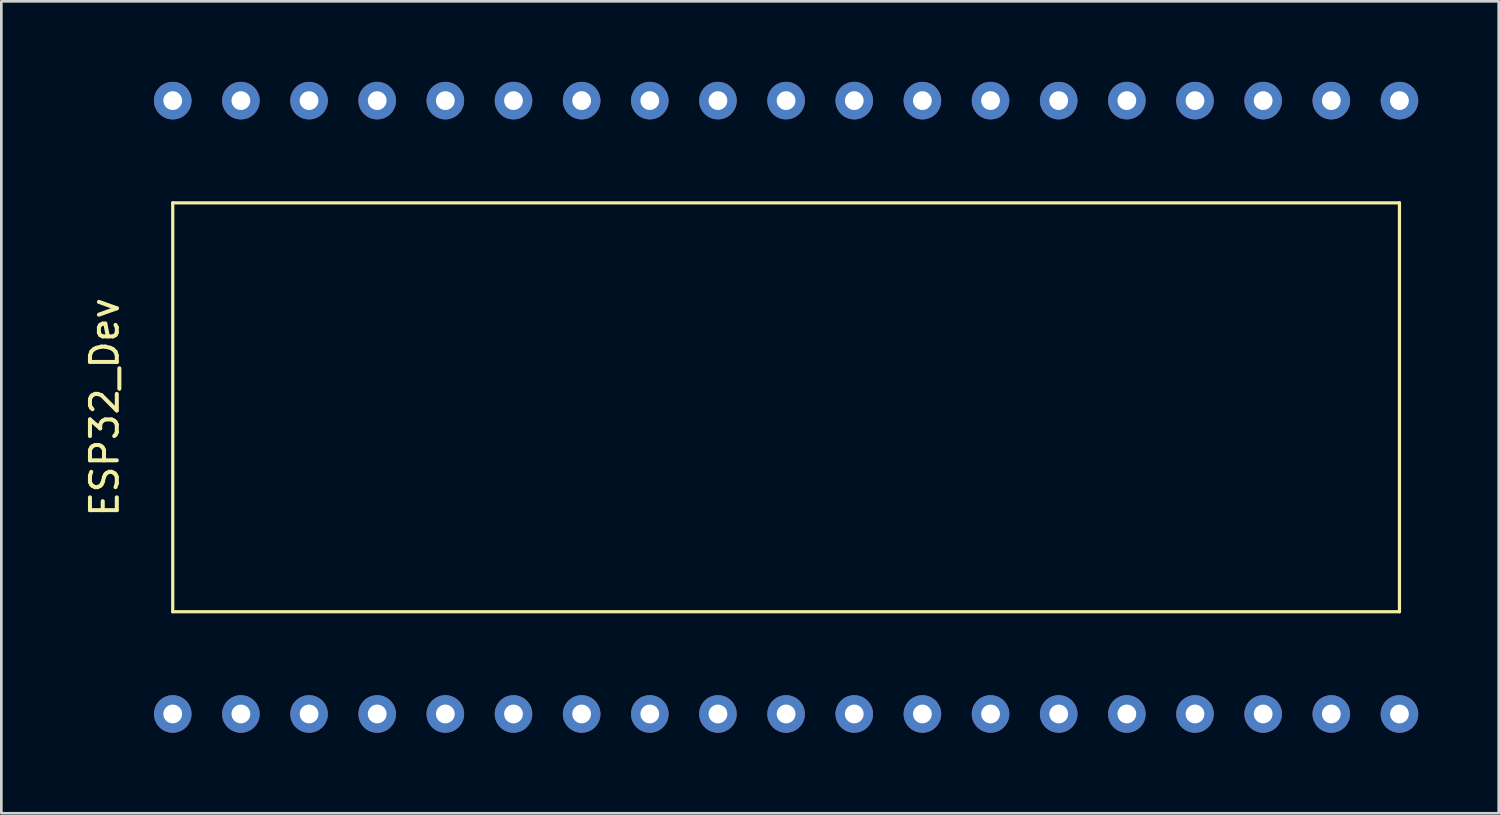
<source format=kicad_pcb>
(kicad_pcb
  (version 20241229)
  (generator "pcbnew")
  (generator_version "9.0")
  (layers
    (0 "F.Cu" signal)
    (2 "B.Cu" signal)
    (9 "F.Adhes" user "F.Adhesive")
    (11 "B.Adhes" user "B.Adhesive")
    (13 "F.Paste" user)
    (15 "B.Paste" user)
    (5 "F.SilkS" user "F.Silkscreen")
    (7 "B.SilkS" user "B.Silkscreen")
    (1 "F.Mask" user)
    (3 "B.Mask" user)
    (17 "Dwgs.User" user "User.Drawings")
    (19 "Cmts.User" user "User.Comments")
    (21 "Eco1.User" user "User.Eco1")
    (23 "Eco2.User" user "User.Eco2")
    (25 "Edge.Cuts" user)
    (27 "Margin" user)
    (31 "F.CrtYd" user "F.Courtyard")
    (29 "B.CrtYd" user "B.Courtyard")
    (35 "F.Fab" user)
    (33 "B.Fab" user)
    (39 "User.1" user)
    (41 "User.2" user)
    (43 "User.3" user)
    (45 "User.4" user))
  (footprint "ESP32_Dev"
    (layer "F.Cu")
    (at 26.248 12.13)
    (property "Reference" "ESP32_Dev" (at -25.4 0 90) (layer "F.SilkS") (effects (font (size 1 1) (thickness 0.15))))
    (attr through_hole)
    (fp_line (start -22.86 -7.62) (end 22.86 -7.62) (stroke (width 0.12) (type solid)) (layer "F.SilkS"))
    (fp_line (start -22.86 7.62) (end -22.86 -7.62) (stroke (width 0.12) (type solid)) (layer "F.SilkS"))
    (fp_line (start 22.86 -7.62) (end 22.86 7.62) (stroke (width 0.12) (type solid)) (layer "F.SilkS"))
    (fp_line (start 22.86 7.62) (end -22.86 7.62) (stroke (width 0.12) (type solid)) (layer "F.SilkS"))
    (pad "1" thru_hole circle (at -22.86 11.43) (size 1.4 1.4) (drill 0.7) (layers "*.Cu" "*.Mask"))
    (pad "2" thru_hole circle (at -20.32 11.43) (size 1.4 1.4) (drill 0.7) (layers "*.Cu" "*.Mask"))
    (pad "3" thru_hole circle (at -17.78 11.43) (size 1.4 1.4) (drill 0.7) (layers "*.Cu" "*.Mask"))
    (pad "4" thru_hole circle (at -15.24 11.43) (size 1.4 1.4) (drill 0.7) (layers "*.Cu" "*.Mask"))
    (pad "5" thru_hole circle (at -12.7 11.43) (size 1.4 1.4) (drill 0.7) (layers "*.Cu" "*.Mask"))
    (pad "6" thru_hole circle (at -10.16 11.43) (size 1.4 1.4) (drill 0.7) (layers "*.Cu" "*.Mask"))
    (pad "7" thru_hole circle (at -7.62 11.43) (size 1.4 1.4) (drill 0.7) (layers "*.Cu" "*.Mask"))
    (pad "8" thru_hole circle (at -5.08 11.43) (size 1.4 1.4) (drill 0.7) (layers "*.Cu" "*.Mask"))
    (pad "9" thru_hole circle (at -2.54 11.43) (size 1.4 1.4) (drill 0.7) (layers "*.Cu" "*.Mask"))
    (pad "10" thru_hole circle (at 0 11.43) (size 1.4 1.4) (drill 0.7) (layers "*.Cu" "*.Mask"))
    (pad "11" thru_hole circle (at 2.54 11.43) (size 1.4 1.4) (drill 0.7) (layers "*.Cu" "*.Mask"))
    (pad "12" thru_hole circle (at 5.08 11.43) (size 1.4 1.4) (drill 0.7) (layers "*.Cu" "*.Mask"))
    (pad "13" thru_hole circle (at 7.62 11.43) (size 1.4 1.4) (drill 0.7) (layers "*.Cu" "*.Mask"))
    (pad "14" thru_hole circle (at 10.16 11.43) (size 1.4 1.4) (drill 0.7) (layers "*.Cu" "*.Mask"))
    (pad "15" thru_hole circle (at 12.7 11.43) (size 1.4 1.4) (drill 0.7) (layers "*.Cu" "*.Mask"))
    (pad "16" thru_hole circle (at 15.24 11.43) (size 1.4 1.4) (drill 0.7) (layers "*.Cu" "*.Mask"))
    (pad "17" thru_hole circle (at 17.78 11.43) (size 1.4 1.4) (drill 0.7) (layers "*.Cu" "*.Mask"))
    (pad "18" thru_hole circle (at 20.32 11.43) (size 1.4 1.4) (drill 0.7) (layers "*.Cu" "*.Mask"))
    (pad "19" thru_hole circle (at 22.86 11.43) (size 1.4 1.4) (drill 0.7) (layers "*.Cu" "*.Mask"))
    (pad "20" thru_hole circle (at 22.86 -11.43) (size 1.4 1.4) (drill 0.7) (layers "*.Cu" "*.Mask"))
    (pad "21" thru_hole circle (at 20.32 -11.43) (size 1.4 1.4) (drill 0.7) (layers "*.Cu" "*.Mask"))
    (pad "22" thru_hole circle (at 17.78 -11.43) (size 1.4 1.4) (drill 0.7) (layers "*.Cu" "*.Mask"))
    (pad "23" thru_hole circle (at 15.24 -11.43) (size 1.4 1.4) (drill 0.7) (layers "*.Cu" "*.Mask"))
    (pad "24" thru_hole circle (at 12.7 -11.43) (size 1.4 1.4) (drill 0.7) (layers "*.Cu" "*.Mask"))
    (pad "25" thru_hole circle (at 10.16 -11.43) (size 1.4 1.4) (drill 0.7) (layers "*.Cu" "*.Mask"))
    (pad "26" thru_hole circle (at 7.62 -11.43) (size 1.4 1.4) (drill 0.7) (layers "*.Cu" "*.Mask"))
    (pad "27" thru_hole circle (at 5.08 -11.43) (size 1.4 1.4) (drill 0.7) (layers "*.Cu" "*.Mask"))
    (pad "28" thru_hole circle (at 2.54 -11.43) (size 1.4 1.4) (drill 0.7) (layers "*.Cu" "*.Mask"))
    (pad "29" thru_hole circle (at 0 -11.43) (size 1.4 1.4) (drill 0.7) (layers "*.Cu" "*.Mask"))
    (pad "30" thru_hole circle (at -2.54 -11.43) (size 1.4 1.4) (drill 0.7) (layers "*.Cu" "*.Mask"))
    (pad "31" thru_hole circle (at -5.08 -11.43) (size 1.4 1.4) (drill 0.7) (layers "*.Cu" "*.Mask"))
    (pad "32" thru_hole circle (at -7.62 -11.43) (size 1.4 1.4) (drill 0.7) (layers "*.Cu" "*.Mask"))
    (pad "33" thru_hole circle (at -10.16 -11.43) (size 1.4 1.4) (drill 0.7) (layers "*.Cu" "*.Mask"))
    (pad "34" thru_hole circle (at -12.7 -11.43) (size 1.4 1.4) (drill 0.7) (layers "*.Cu" "*.Mask"))
    (pad "35" thru_hole circle (at -15.24 -11.43) (size 1.4 1.4) (drill 0.7) (layers "*.Cu" "*.Mask"))
    (pad "36" thru_hole circle (at -17.78 -11.43) (size 1.4 1.4) (drill 0.7) (layers "*.Cu" "*.Mask"))
    (pad "37" thru_hole circle (at -20.32 -11.43) (size 1.4 1.4) (drill 0.7) (layers "*.Cu" "*.Mask"))
    (pad "38" thru_hole circle (at -22.86 -11.43) (size 1.4 1.4) (drill 0.7) (layers "*.Cu" "*.Mask")))
  (gr_rect
    (start -3 -3)
    (end 52.808 27.26)
    (stroke (width 0.1) (type default))
    (fill no)
    (layer "Edge.Cuts")))
</source>
